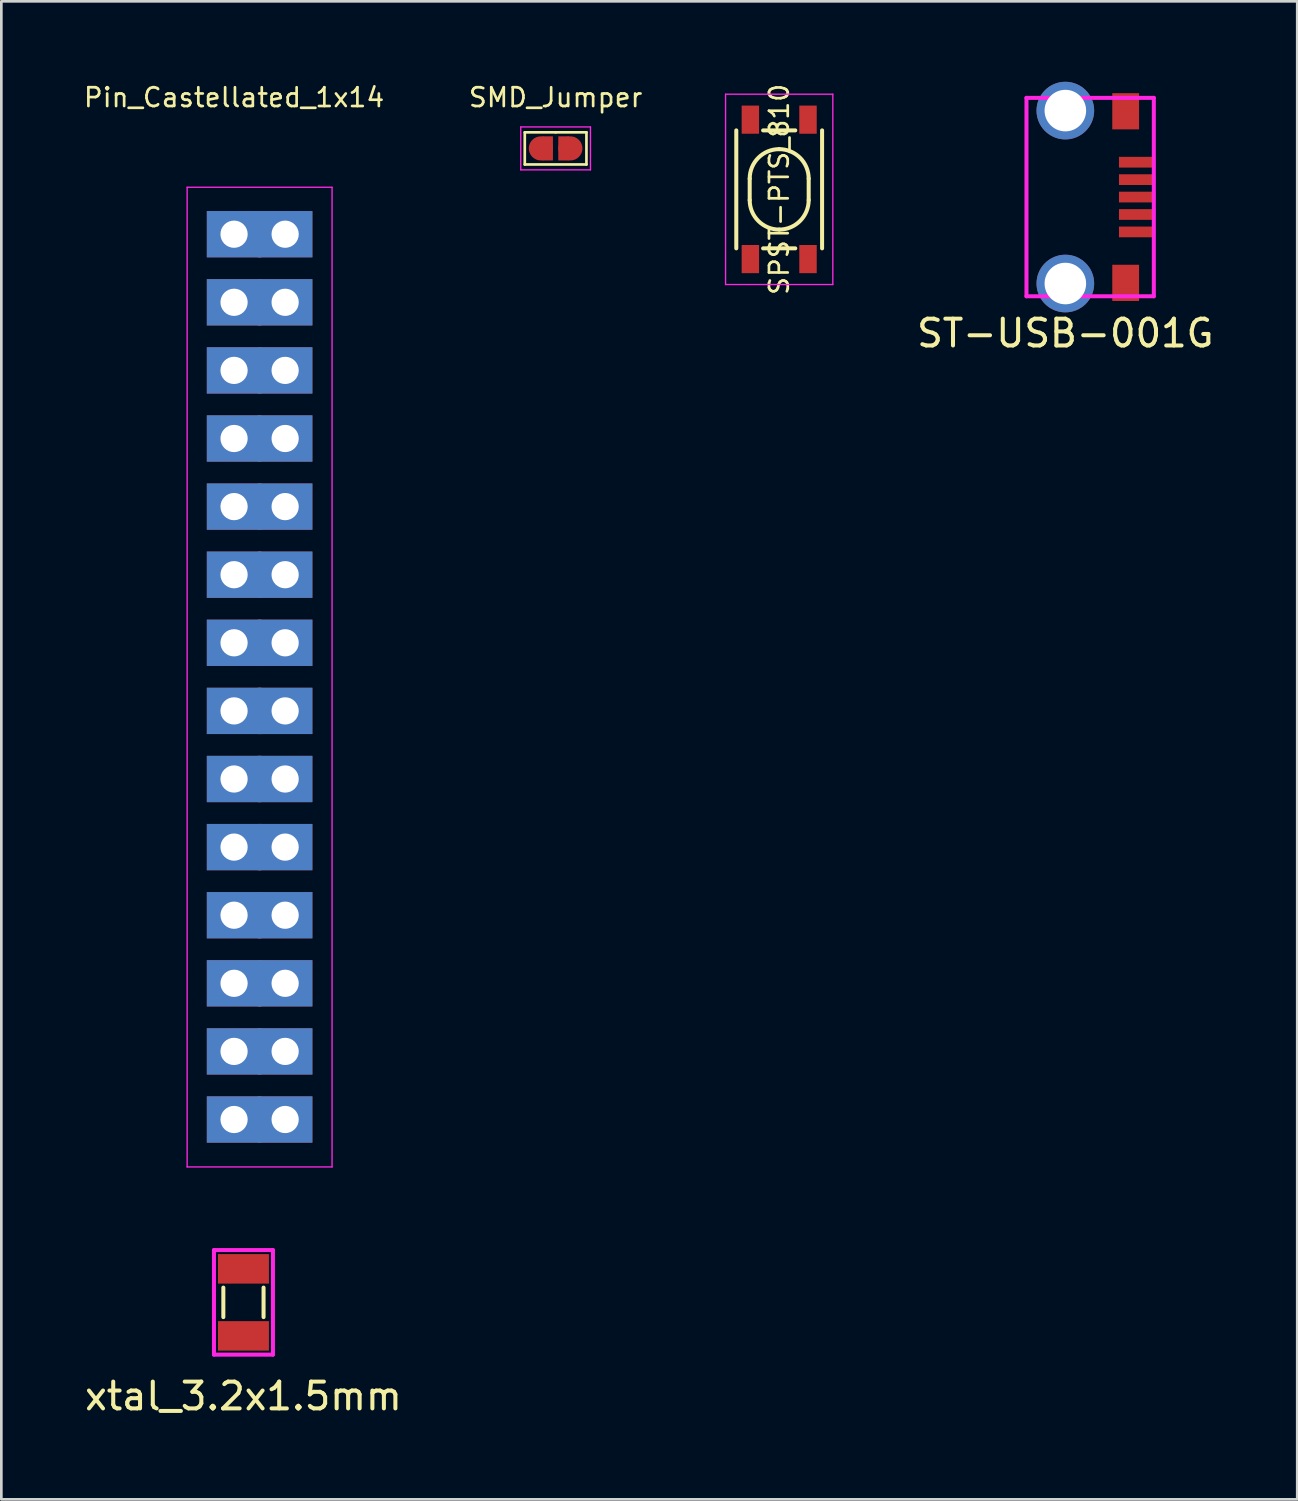
<source format=kicad_pcb>
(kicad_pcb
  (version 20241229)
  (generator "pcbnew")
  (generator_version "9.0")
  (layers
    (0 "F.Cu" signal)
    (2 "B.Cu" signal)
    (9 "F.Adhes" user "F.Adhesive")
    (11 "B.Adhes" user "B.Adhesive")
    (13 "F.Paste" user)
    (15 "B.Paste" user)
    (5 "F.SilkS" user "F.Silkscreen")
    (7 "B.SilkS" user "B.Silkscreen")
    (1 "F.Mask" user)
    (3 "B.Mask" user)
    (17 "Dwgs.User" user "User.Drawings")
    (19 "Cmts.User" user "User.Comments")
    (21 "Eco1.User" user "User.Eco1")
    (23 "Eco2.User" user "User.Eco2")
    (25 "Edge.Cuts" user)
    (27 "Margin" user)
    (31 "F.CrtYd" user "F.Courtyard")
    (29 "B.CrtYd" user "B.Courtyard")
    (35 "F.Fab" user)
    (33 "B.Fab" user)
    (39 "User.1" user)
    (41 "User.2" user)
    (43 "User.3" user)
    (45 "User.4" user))
  (footprint "xtal_3.2x1.5mm"
    (layer "F.Cu")
    (at 6.03 45.525)
    (property "Reference" "xtal_3.2x1.5mm" (at 0 3.5 0) (layer "F.SilkS") (effects (font (size 1 1) (thickness 0.15))))
    (attr through_hole)
    (fp_line (start -0.75 -0.55) (end -0.75 0.55) (stroke (width 0.15) (type solid)) (layer "F.SilkS"))
    (fp_line (start 0.75 -0.55) (end 0.75 0.55) (stroke (width 0.15) (type solid)) (layer "F.SilkS"))
    (fp_line (start -1.1 -1.95) (end 1.1 -1.95) (stroke (width 0.15) (type solid)) (layer "F.CrtYd"))
    (fp_line (start -1.1 1.95) (end -1.1 -1.95) (stroke (width 0.15) (type solid)) (layer "F.CrtYd"))
    (fp_line (start 1.1 -1.95) (end 1.1 1.95) (stroke (width 0.15) (type solid)) (layer "F.CrtYd"))
    (fp_line (start 1.1 1.95) (end -1.1 1.95) (stroke (width 0.15) (type solid)) (layer "F.CrtYd"))
    (pad "1" smd rect (at 0 -1.25) (size 1.9 1.1) (layers "F.Cu" "F.Mask" "F.Paste"))
    (pad "2" smd rect (at 0 1.25) (size 1.9 1.1) (layers "F.Cu" "F.Mask" "F.Paste")))
  (footprint "SPST-PTS_810"
    (layer "F.Cu")
    (at 26.012 4.013)
    (property "Reference" "SPST-PTS_810" (at 0 0 90) (layer "F.SilkS") (effects (font (size 0.7 0.7) (thickness 0.1))))
    (attr smd)
    (fp_line (start -1.6 2.2) (end -1.6 -2.2) (stroke (width 0.15) (type solid)) (layer "F.SilkS"))
    (fp_line (start -1.1 0.4) (end -1.1 -0.4) (stroke (width 0.15) (type solid)) (layer "F.SilkS"))
    (fp_line (start 0.6 -2.2) (end -0.6 -2.2) (stroke (width 0.15) (type solid)) (layer "F.SilkS"))
    (fp_line (start 0.6 2.2) (end -0.6 2.2) (stroke (width 0.15) (type solid)) (layer "F.SilkS"))
    (fp_line (start 1.1 0.4) (end 1.1 -0.4) (stroke (width 0.15) (type solid)) (layer "F.SilkS"))
    (fp_line (start 1.6 -2.2) (end 1.6 2.2) (stroke (width 0.15) (type solid)) (layer "F.SilkS"))
    (fp_arc (start -1.1 -0.4) (mid -0.777817 -1.177817) (end 0 -1.5) (stroke (width 0.15) (type solid)) (layer "F.SilkS"))
    (fp_arc (start 0 -1.5) (mid 0.777817 -1.177817) (end 1.1 -0.4) (stroke (width 0.15) (type solid)) (layer "F.SilkS"))
    (fp_arc (start 0 1.5) (mid -0.777817 1.177817) (end -1.1 0.4) (stroke (width 0.15) (type solid)) (layer "F.SilkS"))
    (fp_arc (start 1.1 0.4) (mid 0.777817 1.177817) (end 0 1.5) (stroke (width 0.15) (type solid)) (layer "F.SilkS"))
    (fp_line (start -2 -3.55) (end 2 -3.55) (stroke (width 0.05) (type solid)) (layer "F.CrtYd"))
    (fp_line (start -2 3.55) (end -2 -3.55) (stroke (width 0.05) (type solid)) (layer "F.CrtYd"))
    (fp_line (start 2 -3.55) (end 2 3.55) (stroke (width 0.05) (type solid)) (layer "F.CrtYd"))
    (fp_line (start 2 3.55) (end -2 3.55) (stroke (width 0.05) (type solid)) (layer "F.CrtYd"))
    (pad "1" smd rect (at -1.075 -2.6 90) (size 1.05 0.65) (layers "F.Cu" "F.Mask" "F.Paste"))
    (pad "2" smd rect (at -1.075 2.6 90) (size 1.05 0.65) (layers "F.Cu" "F.Mask" "F.Paste"))
    (pad "3" smd rect (at 1.075 -2.6 90) (size 1.05 0.65) (layers "F.Cu" "F.Mask" "F.Paste"))
    (pad "4" smd rect (at 1.075 2.6 90) (size 1.05 0.65) (layers "F.Cu" "F.Mask" "F.Paste")))
  (footprint "Pin_Castellated_1x14"
    (layer "F.Cu")
    (at 5.68 5.685)
    (property "Reference" "Pin_Castellated_1x14" (at 0 -5.1 0) (layer "F.SilkS") (effects (font (size 0.7 0.7) (thickness 0.1))))
    (attr through_hole)
    (fp_line (start -1.75 -1.75) (end -1.75 34.79) (stroke (width 0.05) (type solid)) (layer "F.CrtYd"))
    (fp_line (start -1.75 -1.75) (end 3.655 -1.75) (stroke (width 0.05) (type solid)) (layer "F.CrtYd"))
    (fp_line (start -1.75 34.79) (end 3.655 34.79) (stroke (width 0.05) (type solid)) (layer "F.CrtYd"))
    (fp_line (start 3.655 -1.75) (end 3.655 34.79) (stroke (width 0.05) (type solid)) (layer "F.CrtYd"))
    (pad "1" thru_hole rect (at 0 0) (size 2.032 1.727) (drill 1.016) (layers "*.Cu" "*.Mask"))
    (pad "1" thru_hole rect (at 1.905 0) (size 2.032 1.727) (drill 1.016) (layers "*.Cu" "*.Mask"))
    (pad "2" thru_hole rect (at 0 2.54) (size 2.032 1.727) (drill 1.016) (layers "*.Cu" "*.Mask"))
    (pad "2" thru_hole rect (at 1.905 2.54) (size 2.032 1.727) (drill 1.016) (layers "*.Cu" "*.Mask"))
    (pad "3" thru_hole rect (at 0 5.08) (size 2.032 1.727) (drill 1.016) (layers "*.Cu" "*.Mask"))
    (pad "3" thru_hole rect (at 1.905 5.08) (size 2.032 1.727) (drill 1.016) (layers "*.Cu" "*.Mask"))
    (pad "4" thru_hole rect (at 0 7.62) (size 2.032 1.727) (drill 1.016) (layers "*.Cu" "*.Mask"))
    (pad "4" thru_hole rect (at 1.905 7.62) (size 2.032 1.727) (drill 1.016) (layers "*.Cu" "*.Mask"))
    (pad "5" thru_hole rect (at 0 10.16) (size 2.032 1.727) (drill 1.016) (layers "*.Cu" "*.Mask"))
    (pad "5" thru_hole rect (at 1.905 10.16) (size 2.032 1.727) (drill 1.016) (layers "*.Cu" "*.Mask"))
    (pad "6" thru_hole rect (at 0 12.7) (size 2.032 1.727) (drill 1.016) (layers "*.Cu" "*.Mask"))
    (pad "6" thru_hole rect (at 1.905 12.7) (size 2.032 1.727) (drill 1.016) (layers "*.Cu" "*.Mask"))
    (pad "7" thru_hole rect (at 0 15.24) (size 2.032 1.727) (drill 1.016) (layers "*.Cu" "*.Mask"))
    (pad "7" thru_hole rect (at 1.905 15.24) (size 2.032 1.727) (drill 1.016) (layers "*.Cu" "*.Mask"))
    (pad "8" thru_hole rect (at 0 17.78) (size 2.032 1.727) (drill 1.016) (layers "*.Cu" "*.Mask"))
    (pad "8" thru_hole rect (at 1.905 17.78) (size 2.032 1.727) (drill 1.016) (layers "*.Cu" "*.Mask"))
    (pad "9" thru_hole rect (at 0 20.32) (size 2.032 1.727) (drill 1.016) (layers "*.Cu" "*.Mask"))
    (pad "9" thru_hole rect (at 1.905 20.32) (size 2.032 1.727) (drill 1.016) (layers "*.Cu" "*.Mask"))
    (pad "10" thru_hole rect (at 0 22.86) (size 2.032 1.727) (drill 1.016) (layers "*.Cu" "*.Mask"))
    (pad "10" thru_hole rect (at 1.905 22.86) (size 2.032 1.727) (drill 1.016) (layers "*.Cu" "*.Mask"))
    (pad "11" thru_hole rect (at 0 25.4) (size 2.032 1.727) (drill 1.016) (layers "*.Cu" "*.Mask"))
    (pad "11" thru_hole rect (at 1.905 25.4) (size 2.032 1.727) (drill 1.016) (layers "*.Cu" "*.Mask"))
    (pad "12" thru_hole rect (at 0 27.94) (size 2.032 1.727) (drill 1.016) (layers "*.Cu" "*.Mask"))
    (pad "12" thru_hole rect (at 1.905 27.94) (size 2.032 1.727) (drill 1.016) (layers "*.Cu" "*.Mask"))
    (pad "13" thru_hole rect (at 0 30.48) (size 2.032 1.727) (drill 1.016) (layers "*.Cu" "*.Mask"))
    (pad "13" thru_hole rect (at 1.905 30.48) (size 2.032 1.727) (drill 1.016) (layers "*.Cu" "*.Mask"))
    (pad "14" thru_hole rect (at 0 33.02) (size 2.032 1.727) (drill 1.016) (layers "*.Cu" "*.Mask"))
    (pad "14" thru_hole rect (at 1.905 33.02) (size 2.032 1.727) (drill 1.016) (layers "*.Cu" "*.Mask")))
  (footprint "SMD_Jumper"
    (layer "F.Cu")
    (at 17.673 2.485)
    (property "Reference" "SMD_Jumper" (at 0 -1.9 0) (layer "F.SilkS") (effects (font (size 0.7 0.7) (thickness 0.1))))
    (attr smd)
    (fp_line (start -1.15 -0.6) (end 0 -0.6) (stroke (width 0.1) (type solid)) (layer "F.SilkS"))
    (fp_line (start -1.15 0.6) (end -1.15 -0.6) (stroke (width 0.1) (type solid)) (layer "F.SilkS"))
    (fp_line (start 0 -0.6) (end 1.15 -0.6) (stroke (width 0.1) (type solid)) (layer "F.SilkS"))
    (fp_line (start 1.15 -0.6) (end 1.15 0.6) (stroke (width 0.1) (type solid)) (layer "F.SilkS"))
    (fp_line (start 1.15 0.6) (end -1.15 0.6) (stroke (width 0.1) (type solid)) (layer "F.SilkS"))
    (fp_line (start -1.3 -0.8) (end -1.3 0.8) (stroke (width 0.05) (type solid)) (layer "F.CrtYd"))
    (fp_line (start -1.3 -0.8) (end 1.3 -0.8) (stroke (width 0.05) (type solid)) (layer "F.CrtYd"))
    (fp_line (start -1.3 0.8) (end 1.3 0.8) (stroke (width 0.05) (type solid)) (layer "F.CrtYd"))
    (fp_line (start 1.3 -0.8) (end 1.3 0.8) (stroke (width 0.05) (type solid)) (layer "F.CrtYd"))
    (pad "1" smd circle (at -0.55 0) (size 0.9 0.9) (layers "F.Cu" "F.Mask" "F.Paste"))
    (pad "1" smd rect (at -0.3 0) (size 0.4 0.9) (layers "F.Cu" "F.Mask" "F.Paste"))
    (pad "2" smd rect (at 0.3 0) (size 0.4 0.9) (layers "F.Cu" "F.Mask" "F.Paste"))
    (pad "2" smd circle (at 0.55 0) (size 0.9 0.9) (layers "F.Cu" "F.Mask" "F.Paste")))
  (footprint "ST-USB-001G"
    (layer "F.Cu")
    (at 36.685 4.3)
    (property "Reference" "ST-USB-001G" (at 0 5.08 0) (layer "F.SilkS") (effects (font (size 1 1) (thickness 0.15))))
    (attr through_hole)
    (fp_line (start -1.45 -3.7) (end -1.45 3.7) (stroke (width 0.15) (type solid)) (layer "F.CrtYd"))
    (fp_line (start -1.45 -3.7) (end 3.3 -3.7) (stroke (width 0.15) (type solid)) (layer "F.CrtYd"))
    (fp_line (start 3.3 -3.7) (end 3.3 3.7) (stroke (width 0.15) (type solid)) (layer "F.CrtYd"))
    (fp_line (start 3.3 3.7) (end -1.45 3.7) (stroke (width 0.15) (type solid)) (layer "F.CrtYd"))
    (pad "1" smd rect (at 2.675 -1.3) (size 1.35 0.4) (layers "F.Cu" "F.Mask" "F.Paste"))
    (pad "2" smd rect (at 2.675 -0.65) (size 1.35 0.4) (layers "F.Cu" "F.Mask" "F.Paste"))
    (pad "3" smd rect (at 2.675 0) (size 1.35 0.4) (layers "F.Cu" "F.Mask" "F.Paste"))
    (pad "4" smd rect (at 2.675 0.65) (size 1.35 0.4) (layers "F.Cu" "F.Mask" "F.Paste"))
    (pad "5" smd rect (at 2.675 1.3) (size 1.35 0.4) (layers "F.Cu" "F.Mask" "F.Paste"))
    (pad "6" thru_hole circle (at 0 -3.225) (size 2.15 2.15) (drill 1.55) (layers "*.Cu" "*.Mask"))
    (pad "6" thru_hole circle (at 0 3.225) (size 2.15 2.15) (drill 1.55) (layers "*.Cu" "*.Mask"))
    (pad "6" smd rect (at 2.25 -3.2) (size 1 1.35) (layers "F.Cu" "F.Mask" "F.Paste"))
    (pad "6" smd rect (at 2.25 3.2) (size 1 1.35) (layers "F.Cu" "F.Mask" "F.Paste")))
  (gr_rect
    (start -3 -3)
    (end 45.334 52.873)
    (stroke (width 0.1) (type default))
    (fill no)
    (layer "Edge.Cuts")))
</source>
